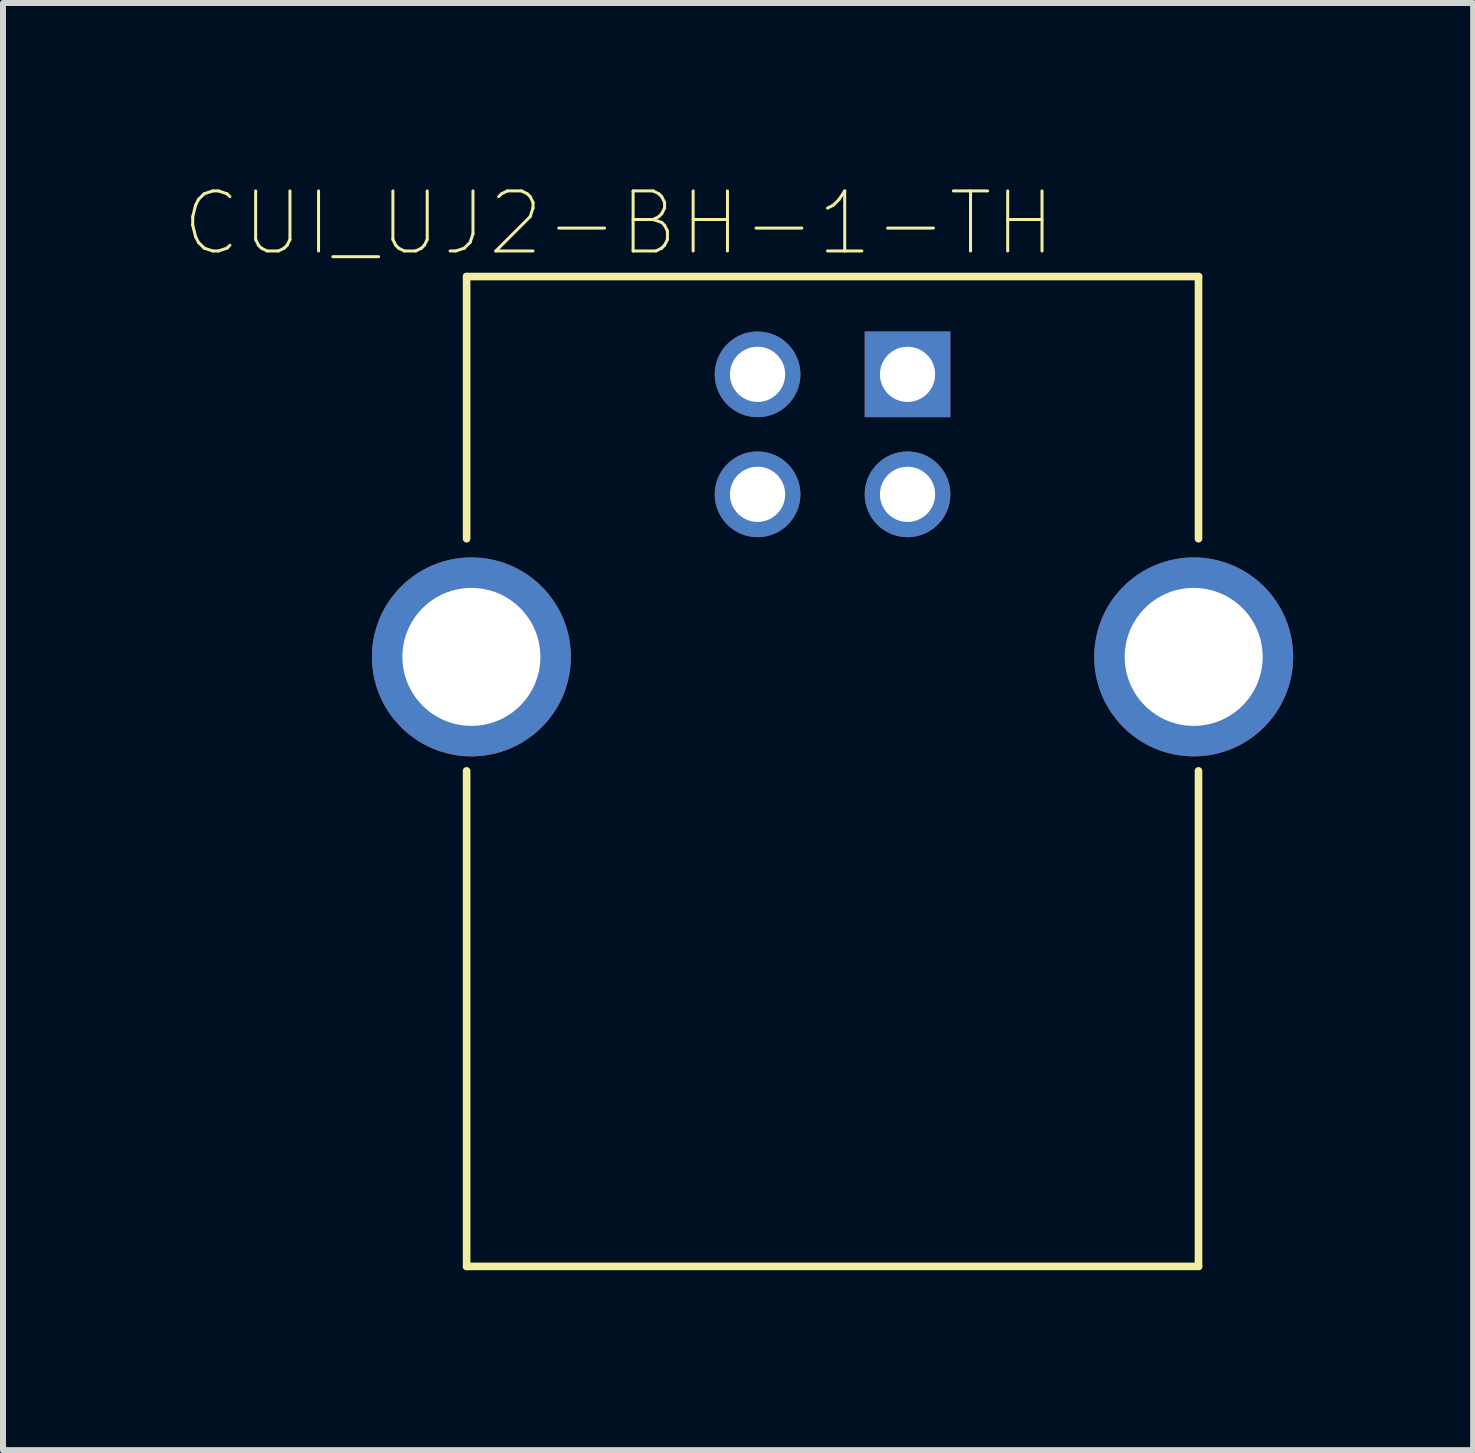
<source format=kicad_pcb>
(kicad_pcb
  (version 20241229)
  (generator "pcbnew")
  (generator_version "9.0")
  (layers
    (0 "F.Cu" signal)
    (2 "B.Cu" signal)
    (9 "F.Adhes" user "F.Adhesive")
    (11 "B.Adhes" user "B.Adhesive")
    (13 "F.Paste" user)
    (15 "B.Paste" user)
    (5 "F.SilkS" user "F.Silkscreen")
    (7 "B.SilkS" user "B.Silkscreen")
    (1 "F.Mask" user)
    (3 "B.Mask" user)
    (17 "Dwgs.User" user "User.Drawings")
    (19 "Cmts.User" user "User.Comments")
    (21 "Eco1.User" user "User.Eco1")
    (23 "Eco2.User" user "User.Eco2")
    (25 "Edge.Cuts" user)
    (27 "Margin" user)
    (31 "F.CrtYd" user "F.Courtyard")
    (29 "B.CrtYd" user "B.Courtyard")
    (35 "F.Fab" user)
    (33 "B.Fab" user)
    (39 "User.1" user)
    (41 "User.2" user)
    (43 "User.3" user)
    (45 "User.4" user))
  (footprint "CUI_UJ2-BH-1-TH"
    (layer "F.Cu")
    (at 12.078 3.19)
    (property "Reference" "CUI_UJ2-BH-1-TH" (at -4.813 -2.517 0) (layer "F.SilkS") (effects (font (size 1.001 1.001) (thickness 0.05))))
    (attr through_hole)
    (fp_line (start -7.35 -1.63) (end 4.85 -1.63) (stroke (width 0.127) (type solid)) (layer "F.SilkS"))
    (fp_line (start -7.35 2.74) (end -7.35 -1.63) (stroke (width 0.127) (type solid)) (layer "F.SilkS"))
    (fp_line (start -7.35 6.61) (end -7.35 14.87) (stroke (width 0.127) (type solid)) (layer "F.SilkS"))
    (fp_line (start -7.35 14.87) (end 4.85 14.87) (stroke (width 0.127) (type solid)) (layer "F.SilkS"))
    (fp_line (start 4.85 -1.63) (end 4.85 2.74) (stroke (width 0.127) (type solid)) (layer "F.SilkS"))
    (fp_line (start 4.85 14.87) (end 4.85 6.61) (stroke (width 0.127) (type solid)) (layer "F.SilkS"))
    (fp_circle (center 0 0) (end 0.2 0) (stroke (width 0.4) (type solid)) (fill no) (layer "Eco2.User"))
    (pad "1" thru_hole rect (at 0 0) (size 1.428 1.428) (drill 0.92) (layers "*.Cu" "*.Mask"))
    (pad "2" thru_hole circle (at -2.5 0) (size 1.428 1.428) (drill 0.92) (layers "*.Cu" "*.Mask"))
    (pad "3" thru_hole circle (at -2.5 2) (size 1.428 1.428) (drill 0.92) (layers "*.Cu" "*.Mask"))
    (pad "4" thru_hole circle (at 0 2) (size 1.428 1.428) (drill 0.92) (layers "*.Cu" "*.Mask"))
    (pad "SH1" thru_hole circle (at -7.27 4.71) (size 3.316 3.316) (drill 2.3) (layers "*.Cu" "*.Mask"))
    (pad "SH2" thru_hole circle (at 4.77 4.71) (size 3.316 3.316) (drill 2.3) (layers "*.Cu" "*.Mask")))
  (gr_rect
    (start -3 -3)
    (end 21.506 21.123)
    (stroke (width 0.1) (type default))
    (fill no)
    (layer "Edge.Cuts")))
</source>
